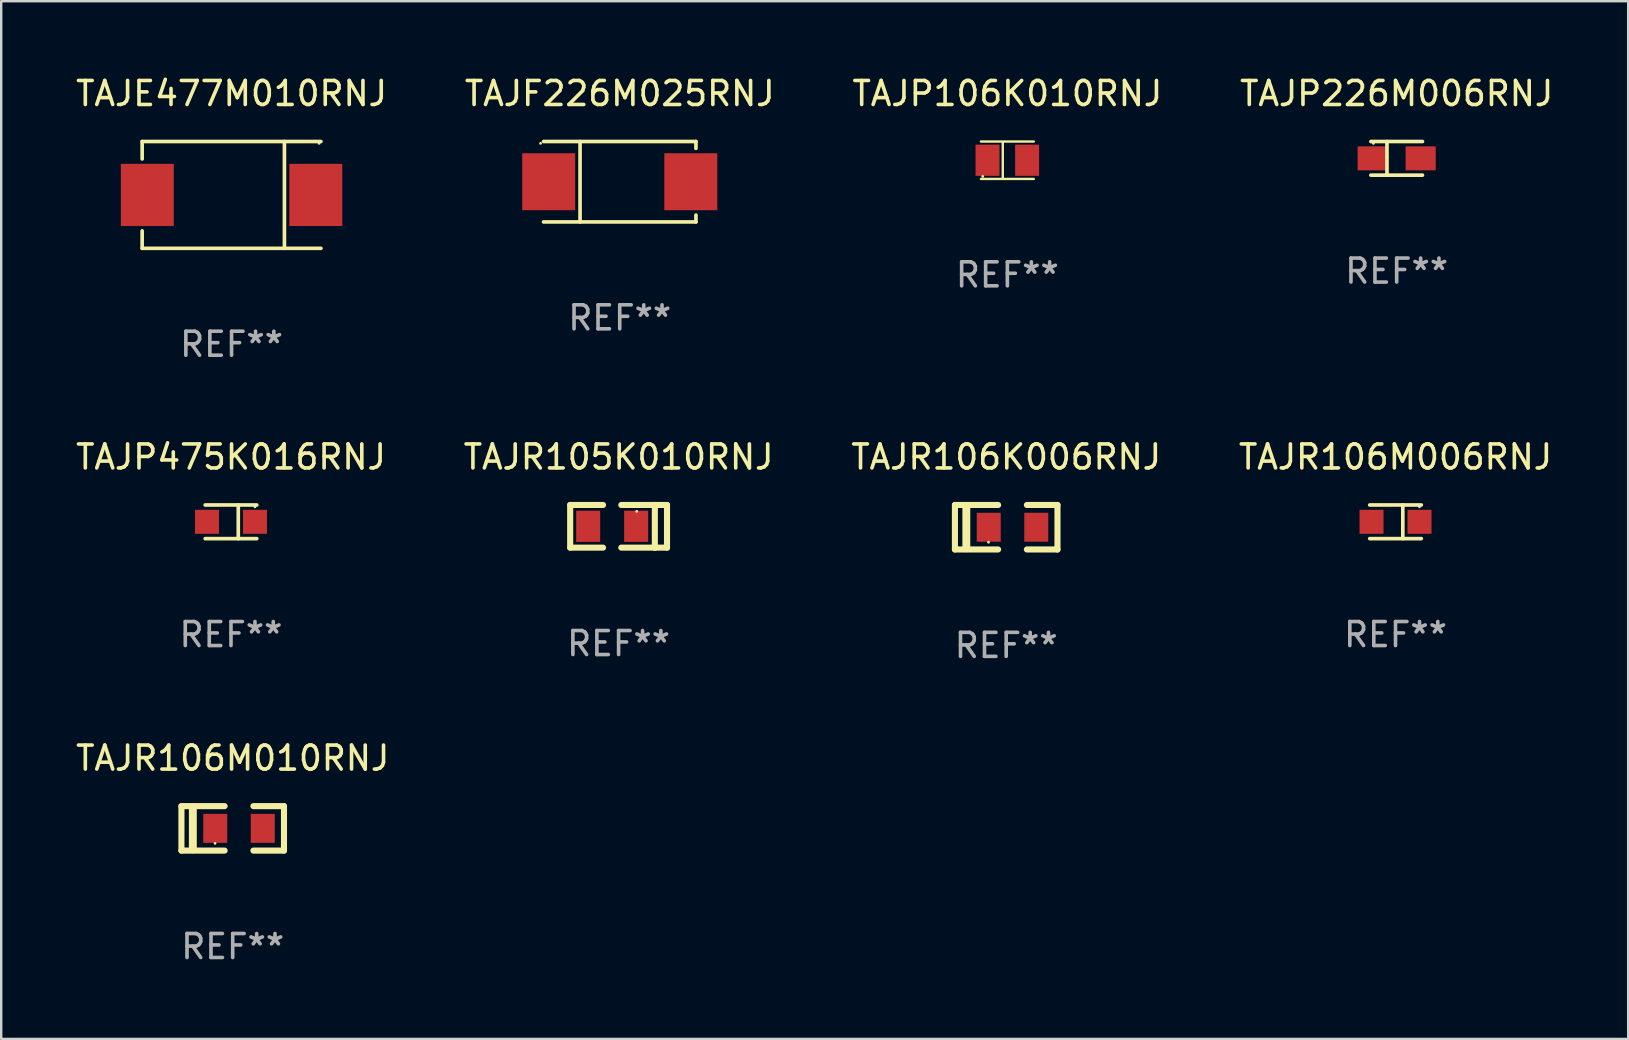
<source format=kicad_pcb>
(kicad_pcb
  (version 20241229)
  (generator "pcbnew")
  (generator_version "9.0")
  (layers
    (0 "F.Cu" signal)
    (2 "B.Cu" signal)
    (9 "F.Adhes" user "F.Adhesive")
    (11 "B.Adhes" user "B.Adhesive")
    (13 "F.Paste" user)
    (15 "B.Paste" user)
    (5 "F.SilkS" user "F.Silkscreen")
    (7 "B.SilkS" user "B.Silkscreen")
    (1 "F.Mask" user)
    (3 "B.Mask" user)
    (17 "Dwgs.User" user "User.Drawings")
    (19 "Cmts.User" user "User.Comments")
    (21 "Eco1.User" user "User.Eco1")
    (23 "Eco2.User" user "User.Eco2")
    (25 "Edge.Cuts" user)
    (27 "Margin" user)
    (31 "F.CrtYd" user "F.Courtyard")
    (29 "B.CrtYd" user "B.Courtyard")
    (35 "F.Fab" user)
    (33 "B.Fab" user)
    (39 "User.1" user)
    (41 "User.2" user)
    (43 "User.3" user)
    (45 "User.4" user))
  (footprint "TAJP226M006RNJ"
    (layer "F.Cu")
    (at 55.161 3.549)
    (property "Reference" "TAJP226M006RNJ" (at 0 -2.701 0) (layer "F.SilkS") (effects (font (size 1 1) (thickness 0.15))))
    (attr through_hole)
    (fp_line (start -0.404 0.701) (end -0.404 -0.701) (stroke (width 0.152) (type solid)) (layer "F.SilkS"))
    (fp_line (start 1.076 -0.701) (end -1.076 -0.701) (stroke (width 0.152) (type solid)) (layer "F.SilkS"))
    (fp_line (start 1.076 0.701) (end -1.076 0.701) (stroke (width 0.152) (type solid)) (layer "F.SilkS"))
    (fp_circle (center -0.97 -0.625) (end -0.94 -0.625) (stroke (width 0.06) (type solid)) (fill no) (layer "F.SilkS"))
    (fp_text user "REF**" (at 0 4.701 0) (layer "F.Fab") (effects (font (size 1 1) (thickness 0.15))))
    (pad "1" smd rect (at -1 0 180) (size 1.256 1) (layers "F.Cu" "F.Mask" "F.Paste"))
    (pad "2" smd rect (at 1 0 180) (size 1.256 1) (layers "F.Cu" "F.Mask" "F.Paste")))
  (footprint "TAJR106K006RNJ"
    (layer "F.Cu")
    (at 38.887 18.924)
    (property "Reference" "TAJR106K006RNJ" (at 0 -2.927 0) (layer "F.SilkS") (effects (font (size 1 1) (thickness 0.15))))
    (attr through_hole)
    (fp_line (start -2.137 0.927) (end -2.137 -0.927) (stroke (width 0.254) (type solid)) (layer "F.SilkS"))
    (fp_line (start -1.662 0.874) (end -1.662 -0.874) (stroke (width 0.33) (type solid)) (layer "F.SilkS"))
    (fp_line (start -0.337 -0.927) (end -2.137 -0.927) (stroke (width 0.254) (type solid)) (layer "F.SilkS"))
    (fp_line (start -0.337 0.927) (end -2.137 0.927) (stroke (width 0.254) (type solid)) (layer "F.SilkS"))
    (fp_line (start 0.862 0.927) (end 2.137 0.927) (stroke (width 0.254) (type solid)) (layer "F.SilkS"))
    (fp_line (start 2.137 -0.927) (end 0.862 -0.927) (stroke (width 0.254) (type solid)) (layer "F.SilkS"))
    (fp_line (start 2.137 0.927) (end 2.137 -0.927) (stroke (width 0.254) (type solid)) (layer "F.SilkS"))
    (fp_circle (center -0.737 0.625) (end -0.707 0.625) (stroke (width 0.06) (type solid)) (fill no) (layer "F.SilkS"))
    (fp_text user "REF**" (at 0 4.927 0) (layer "F.Fab") (effects (font (size 1 1) (thickness 0.15))))
    (pad "1" smd rect (at -0.728 0) (size 1 1.207) (layers "F.Cu" "F.Mask" "F.Paste"))
    (pad "2" smd rect (at 1.253 0) (size 1 1.207) (layers "F.Cu" "F.Mask" "F.Paste")))
  (footprint "TAJR106M006RNJ"
    (layer "F.Cu")
    (at 55.113 18.698)
    (property "Reference" "TAJR106M006RNJ" (at 0 -2.701 0) (layer "F.SilkS") (effects (font (size 1 1) (thickness 0.15))))
    (attr through_hole)
    (fp_line (start -1.076 -0.701) (end 1.076 -0.701) (stroke (width 0.152) (type solid)) (layer "F.SilkS"))
    (fp_line (start -1.076 0.701) (end 1.076 0.701) (stroke (width 0.152) (type solid)) (layer "F.SilkS"))
    (fp_line (start 0.304 -0.701) (end 0.304 0.701) (stroke (width 0.152) (type solid)) (layer "F.SilkS"))
    (fp_circle (center 1 -0.625) (end 1.03 -0.625) (stroke (width 0.06) (type solid)) (fill no) (layer "F.SilkS"))
    (fp_text user "REF**" (at 0 4.701 0) (layer "F.Fab") (effects (font (size 1 1) (thickness 0.15))))
    (pad "1" smd rect (at 1 0) (size 1 1) (layers "F.Cu" "F.Mask" "F.Paste"))
    (pad "2" smd rect (at -1 0) (size 1 1) (layers "F.Cu" "F.Mask" "F.Paste")))
  (footprint "TAJR106M010RNJ"
    (layer "F.Cu")
    (at 6.649 31.475)
    (property "Reference" "TAJR106M010RNJ" (at 0 -2.927 0) (layer "F.SilkS") (effects (font (size 1 1) (thickness 0.15))))
    (attr through_hole)
    (fp_line (start -2.137 0.927) (end -2.137 -0.927) (stroke (width 0.254) (type solid)) (layer "F.SilkS"))
    (fp_line (start -1.662 0.874) (end -1.662 -0.874) (stroke (width 0.33) (type solid)) (layer "F.SilkS"))
    (fp_line (start -0.337 -0.927) (end -2.137 -0.927) (stroke (width 0.254) (type solid)) (layer "F.SilkS"))
    (fp_line (start -0.337 0.927) (end -2.137 0.927) (stroke (width 0.254) (type solid)) (layer "F.SilkS"))
    (fp_line (start 0.862 0.927) (end 2.137 0.927) (stroke (width 0.254) (type solid)) (layer "F.SilkS"))
    (fp_line (start 2.137 -0.927) (end 0.862 -0.927) (stroke (width 0.254) (type solid)) (layer "F.SilkS"))
    (fp_line (start 2.137 0.927) (end 2.137 -0.927) (stroke (width 0.254) (type solid)) (layer "F.SilkS"))
    (fp_circle (center -0.737 0.625) (end -0.707 0.625) (stroke (width 0.06) (type solid)) (fill no) (layer "F.SilkS"))
    (fp_text user "REF**" (at 0 4.927 0) (layer "F.Fab") (effects (font (size 1 1) (thickness 0.15))))
    (pad "1" smd rect (at -0.728 0) (size 1 1.207) (layers "F.Cu" "F.Mask" "F.Paste"))
    (pad "2" smd rect (at 1.253 0) (size 1 1.207) (layers "F.Cu" "F.Mask" "F.Paste")))
  (footprint "TAJP475K016RNJ"
    (layer "F.Cu")
    (at 6.577 18.698)
    (property "Reference" "TAJP475K016RNJ" (at 0 -2.701 0) (layer "F.SilkS") (effects (font (size 1 1) (thickness 0.15))))
    (attr through_hole)
    (fp_line (start -1.076 -0.701) (end 1.076 -0.701) (stroke (width 0.152) (type solid)) (layer "F.SilkS"))
    (fp_line (start -1.076 0.701) (end 1.076 0.701) (stroke (width 0.152) (type solid)) (layer "F.SilkS"))
    (fp_line (start 0.304 -0.701) (end 0.304 0.701) (stroke (width 0.152) (type solid)) (layer "F.SilkS"))
    (fp_circle (center 1 -0.625) (end 1.03 -0.625) (stroke (width 0.06) (type solid)) (fill no) (layer "F.SilkS"))
    (fp_text user "REF**" (at 0 4.701 0) (layer "F.Fab") (effects (font (size 1 1) (thickness 0.15))))
    (pad "1" smd rect (at 1 0) (size 1 1) (layers "F.Cu" "F.Mask" "F.Paste"))
    (pad "2" smd rect (at -1 0) (size 1 1) (layers "F.Cu" "F.Mask" "F.Paste")))
  (footprint "TAJR105K010RNJ"
    (layer "F.Cu")
    (at 22.732 18.886)
    (property "Reference" "TAJR105K010RNJ" (at 0 -2.889 0) (layer "F.SilkS") (effects (font (size 1 1) (thickness 0.15))))
    (attr through_hole)
    (fp_line (start -2.018 -0.889) (end -2.018 0.889) (stroke (width 0.254) (type solid)) (layer "F.SilkS"))
    (fp_line (start -2.018 -0.889) (end -0.649 -0.889) (stroke (width 0.254) (type solid)) (layer "F.SilkS"))
    (fp_line (start -2.018 0.889) (end -0.649 0.889) (stroke (width 0.254) (type solid)) (layer "F.SilkS"))
    (fp_line (start 1.51 -0.889) (end 0.113 -0.889) (stroke (width 0.254) (type solid)) (layer "F.SilkS"))
    (fp_line (start 1.51 -0.889) (end 1.51 0.889) (stroke (width 0.254) (type solid)) (layer "F.SilkS"))
    (fp_line (start 1.51 -0.889) (end 2.018 -0.889) (stroke (width 0.254) (type solid)) (layer "F.SilkS"))
    (fp_line (start 1.51 0.889) (end 0.113 0.889) (stroke (width 0.254) (type solid)) (layer "F.SilkS"))
    (fp_line (start 2.018 -0.889) (end 2.018 0.889) (stroke (width 0.254) (type solid)) (layer "F.SilkS"))
    (fp_line (start 2.018 0.889) (end 1.51 0.889) (stroke (width 0.254) (type solid)) (layer "F.SilkS"))
    (fp_circle (center 0.757 -0.625) (end 0.787 -0.625) (stroke (width 0.06) (type solid)) (fill no) (layer "F.SilkS"))
    (fp_text user "REF**" (at 0 4.889 0) (layer "F.Fab") (effects (font (size 1 1) (thickness 0.15))))
    (pad "1" smd rect (at 0.732 0) (size 1 1.3) (layers "F.Cu" "F.Mask" "F.Paste"))
    (pad "2" smd rect (at -1.268 0) (size 1 1.3) (layers "F.Cu" "F.Mask" "F.Paste")))
  (footprint "TAJP106K010RNJ"
    (layer "F.Cu")
    (at 38.935 3.628)
    (property "Reference" "TAJP106K010RNJ" (at 0 -2.78 0) (layer "F.SilkS") (effects (font (size 1 1) (thickness 0.15))))
    (attr through_hole)
    (fp_line (start -1.101 -0.78) (end 1.101 -0.78) (stroke (width 0.1) (type solid)) (layer "F.SilkS"))
    (fp_line (start -1.101 0.78) (end 1.101 0.78) (stroke (width 0.1) (type solid)) (layer "F.SilkS"))
    (fp_line (start -0.191 -0.751) (end -0.191 0.751) (stroke (width 0.1) (type solid)) (layer "F.SilkS"))
    (fp_circle (center -1.026 0.675) (end -0.996 0.675) (stroke (width 0.06) (type solid)) (fill no) (layer "F.SilkS"))
    (fp_text user "REF**" (at 0 4.78 0) (layer "F.Fab") (effects (font (size 1 1) (thickness 0.15))))
    (pad "1" smd rect (at -0.826 0) (size 1 1.3) (layers "F.Cu" "F.Mask" "F.Paste"))
    (pad "2" smd rect (at 0.824 0) (size 1 1.3) (layers "F.Cu" "F.Mask" "F.Paste")))
  (footprint "TAJE477M010RNJ"
    (layer "F.Cu")
    (at 6.601 5.074)
    (property "Reference" "TAJE477M010RNJ" (at 0 -4.226 0) (layer "F.SilkS") (effects (font (size 1 1) (thickness 0.15))))
    (attr through_hole)
    (fp_line (start -3.726 -2.226) (end -3.726 -1.499) (stroke (width 0.152) (type solid)) (layer "F.SilkS"))
    (fp_line (start -3.726 -2.226) (end 3.726 -2.226) (stroke (width 0.152) (type solid)) (layer "F.SilkS"))
    (fp_line (start -3.726 2.226) (end -3.726 1.499) (stroke (width 0.152) (type solid)) (layer "F.SilkS"))
    (fp_line (start -3.726 2.226) (end 3.726 2.226) (stroke (width 0.152) (type solid)) (layer "F.SilkS"))
    (fp_line (start 2.204 -2.226) (end 2.204 2.226) (stroke (width 0.152) (type solid)) (layer "F.SilkS"))
    (fp_circle (center 3.65 -2.15) (end 3.68 -2.15) (stroke (width 0.06) (type solid)) (fill no) (layer "F.SilkS"))
    (fp_text user "REF**" (at 0 6.226 0) (layer "F.Fab") (effects (font (size 1 1) (thickness 0.15))))
    (pad "1" smd rect (at 3.511 0) (size 2.207 2.592) (layers "F.Cu" "F.Mask" "F.Paste"))
    (pad "2" smd rect (at -3.511 0) (size 2.207 2.592) (layers "F.Cu" "F.Mask" "F.Paste")))
  (footprint "TAJF226M025RNJ"
    (layer "F.Cu")
    (at 22.78 4.524)
    (property "Reference" "TAJF226M025RNJ" (at 0 -3.676 0) (layer "F.SilkS") (effects (font (size 1 1) (thickness 0.15))))
    (attr through_hole)
    (fp_line (start -1.654 1.676) (end -1.654 -1.676) (stroke (width 0.152) (type solid)) (layer "F.SilkS"))
    (fp_line (start 3.176 -1.676) (end -3.176 -1.676) (stroke (width 0.152) (type solid)) (layer "F.SilkS"))
    (fp_line (start 3.176 -1.676) (end 3.176 -1.391) (stroke (width 0.152) (type solid)) (layer "F.SilkS"))
    (fp_line (start 3.176 1.676) (end -3.176 1.676) (stroke (width 0.152) (type solid)) (layer "F.SilkS"))
    (fp_line (start 3.176 1.676) (end 3.176 1.391) (stroke (width 0.152) (type solid)) (layer "F.SilkS"))
    (fp_circle (center -3.3 -1.6) (end -3.27 -1.6) (stroke (width 0.06) (type solid)) (fill no) (layer "F.SilkS"))
    (fp_text user "REF**" (at 0 5.676 0) (layer "F.Fab") (effects (font (size 1 1) (thickness 0.15))))
    (pad "1" smd rect (at -2.961 0 180) (size 2.207 2.376) (layers "F.Cu" "F.Mask" "F.Paste"))
    (pad "2" smd rect (at 2.961 0 180) (size 2.207 2.376) (layers "F.Cu" "F.Mask" "F.Paste")))
  (gr_rect
    (start -3 -3)
    (end 64.81 40.25)
    (stroke (width 0.1) (type default))
    (fill no)
    (layer "Edge.Cuts")))
</source>
